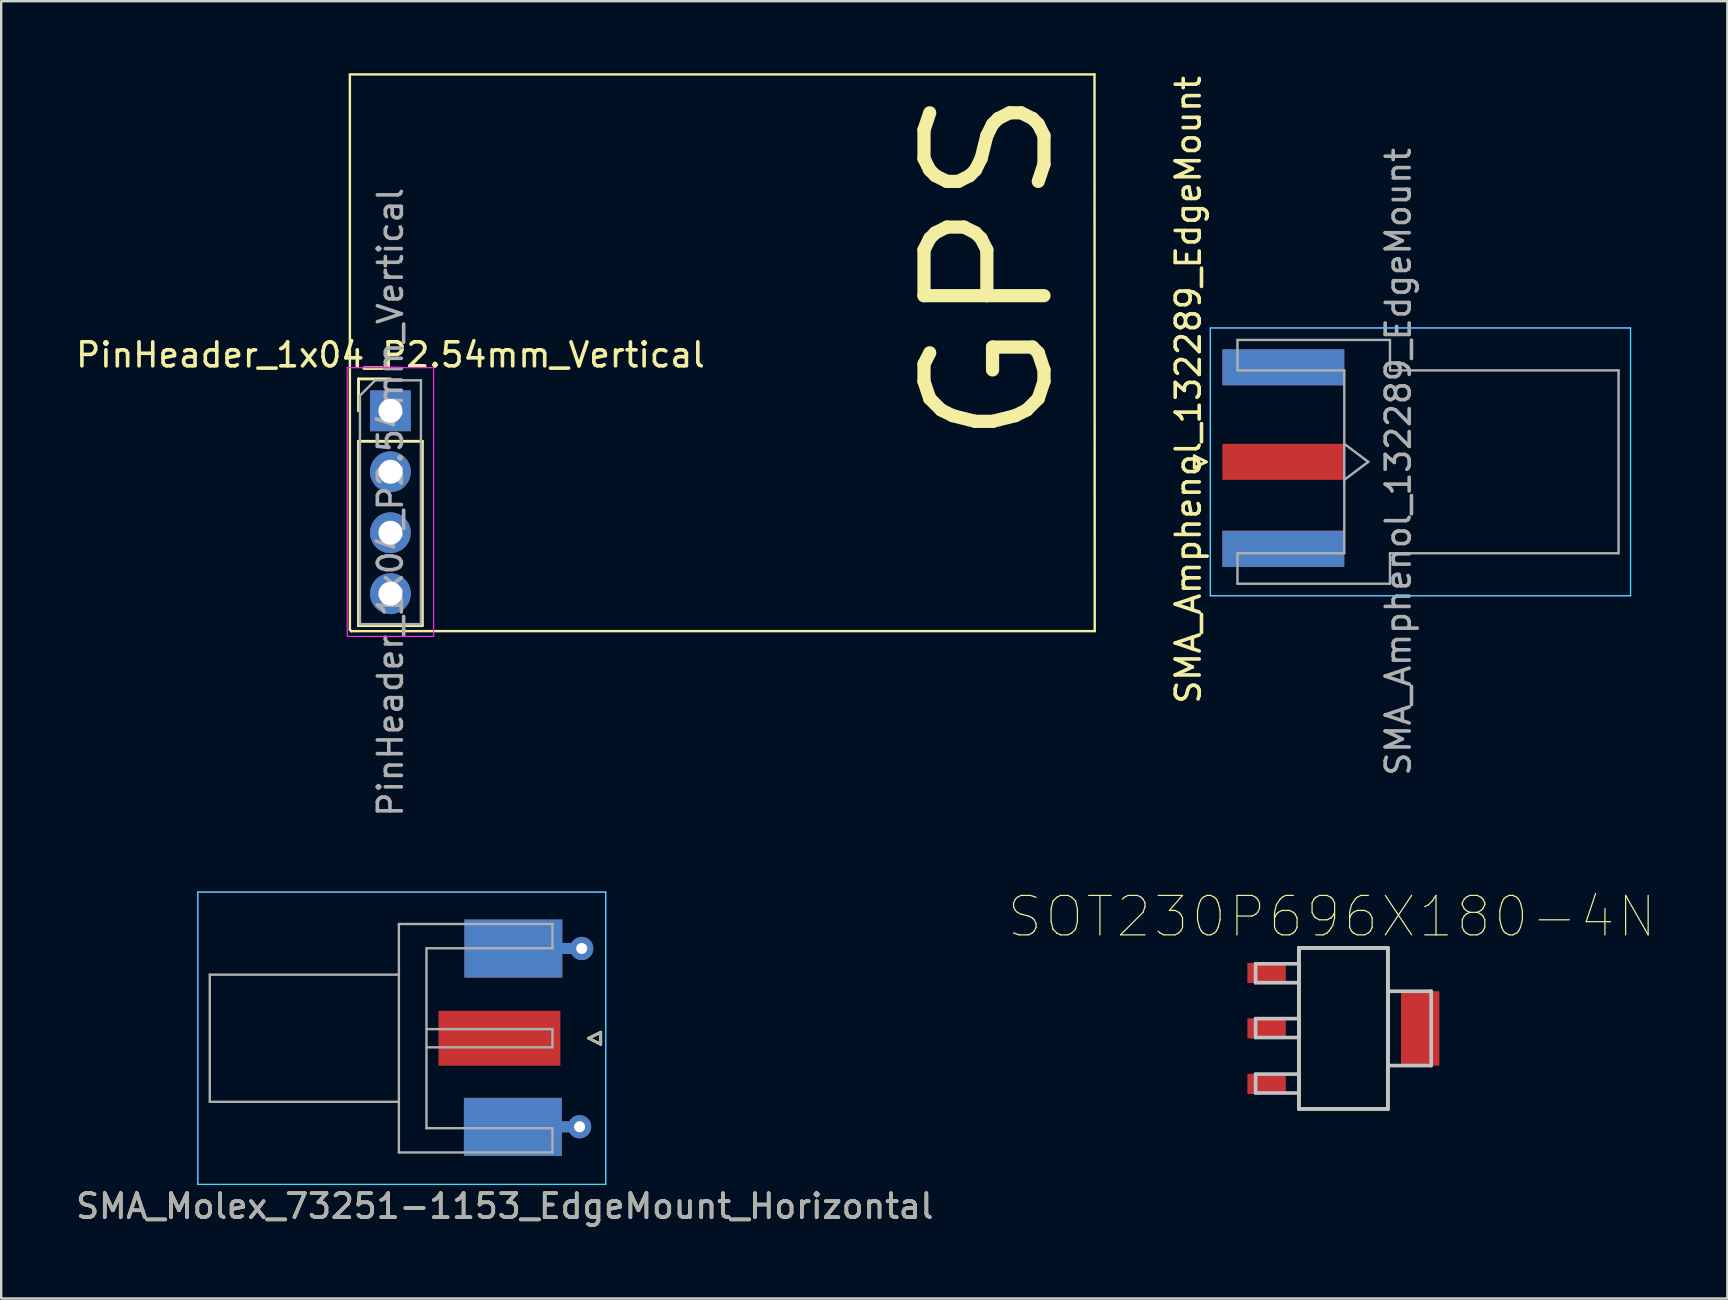
<source format=kicad_pcb>
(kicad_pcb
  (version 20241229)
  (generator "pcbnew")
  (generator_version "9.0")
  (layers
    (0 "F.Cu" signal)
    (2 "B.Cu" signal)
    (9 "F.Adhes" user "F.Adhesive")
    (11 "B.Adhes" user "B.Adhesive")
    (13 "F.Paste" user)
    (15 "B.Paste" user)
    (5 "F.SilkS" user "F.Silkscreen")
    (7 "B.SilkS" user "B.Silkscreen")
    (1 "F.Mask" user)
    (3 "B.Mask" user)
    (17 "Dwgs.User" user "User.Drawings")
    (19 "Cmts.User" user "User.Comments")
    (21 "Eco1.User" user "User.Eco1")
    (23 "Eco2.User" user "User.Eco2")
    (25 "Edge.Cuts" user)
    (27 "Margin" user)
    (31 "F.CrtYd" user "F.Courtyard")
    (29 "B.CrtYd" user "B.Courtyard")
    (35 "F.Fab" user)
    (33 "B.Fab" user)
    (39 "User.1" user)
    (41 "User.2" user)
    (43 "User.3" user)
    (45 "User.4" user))
  (footprint "PinHeader_1x04_P2.54mm_Vertical"
    (layer "F.Cu")
    (at 13.22 14.07)
    (property "Reference" "PinHeader_1x04_P2.54mm_Vertical" (at 0 -2.33 0) (layer "F.SilkS") (effects (font (size 1 1) (thickness 0.15))))
    (attr through_hole)
    (fp_line (start -1.69 -14.02) (end -1.69 9.12) (stroke (width 0.1) (type solid)) (layer "F.SilkS"))
    (fp_line (start -1.64 9.18) (end 29.35 9.18) (stroke (width 0.1) (type solid)) (layer "F.SilkS"))
    (fp_line (start -1.62 9.19) (end -1.69 9.12) (stroke (width 0.1) (type solid)) (layer "F.SilkS"))
    (fp_line (start -1.33 -1.33) (end 0 -1.33) (stroke (width 0.12) (type solid)) (layer "F.SilkS"))
    (fp_line (start -1.33 0) (end -1.33 -1.33) (stroke (width 0.12) (type solid)) (layer "F.SilkS"))
    (fp_line (start -1.33 1.27) (end -1.33 8.95) (stroke (width 0.12) (type solid)) (layer "F.SilkS"))
    (fp_line (start -1.33 1.27) (end 1.33 1.27) (stroke (width 0.12) (type solid)) (layer "F.SilkS"))
    (fp_line (start -1.33 8.95) (end 1.33 8.95) (stroke (width 0.12) (type solid)) (layer "F.SilkS"))
    (fp_line (start 1.33 1.27) (end 1.33 8.95) (stroke (width 0.12) (type solid)) (layer "F.SilkS"))
    (fp_line (start 29.34 -14.02) (end -1.69 -14.02) (stroke (width 0.1) (type solid)) (layer "F.SilkS"))
    (fp_line (start 29.35 9.18) (end 29.34 -14.02) (stroke (width 0.1) (type solid)) (layer "F.SilkS"))
    (fp_line (start -1.8 -1.8) (end -1.8 9.4) (stroke (width 0.05) (type solid)) (layer "F.CrtYd"))
    (fp_line (start -1.8 9.4) (end 1.8 9.4) (stroke (width 0.05) (type solid)) (layer "F.CrtYd"))
    (fp_line (start 1.8 -1.8) (end -1.8 -1.8) (stroke (width 0.05) (type solid)) (layer "F.CrtYd"))
    (fp_line (start 1.8 9.4) (end 1.8 -1.8) (stroke (width 0.05) (type solid)) (layer "F.CrtYd"))
    (fp_line (start -1.27 -0.635) (end -0.635 -1.27) (stroke (width 0.1) (type solid)) (layer "F.Fab"))
    (fp_line (start -1.27 8.89) (end -1.27 -0.635) (stroke (width 0.1) (type solid)) (layer "F.Fab"))
    (fp_line (start -0.635 -1.27) (end 1.27 -1.27) (stroke (width 0.1) (type solid)) (layer "F.Fab"))
    (fp_line (start 1.27 -1.27) (end 1.27 8.89) (stroke (width 0.1) (type solid)) (layer "F.Fab"))
    (fp_line (start 1.27 8.89) (end -1.27 8.89) (stroke (width 0.1) (type solid)) (layer "F.Fab"))
    (fp_text user "GPS" (at 24.95 -5.99 90) (layer "F.SilkS") (effects (font (size 5 5) (thickness 0.55))))
    (fp_text user "${REFERENCE}" (at 0 3.81 90) (layer "F.Fab") (effects (font (size 1 1) (thickness 0.15))))
    (pad "1" thru_hole rect (at 0 0) (size 1.7 1.7) (drill 1) (layers "*.Cu" "*.Mask"))
    (pad "2" thru_hole oval (at 0 2.54) (size 1.7 1.7) (drill 1) (layers "*.Cu" "*.Mask"))
    (pad "3" thru_hole oval (at 0 5.08) (size 1.7 1.7) (drill 1) (layers "*.Cu" "*.Mask"))
    (pad "4" thru_hole oval (at 0 7.62) (size 1.7 1.7) (drill 1) (layers "*.Cu" "*.Mask")))
  (footprint "SMA_Molex_73251-1153_EdgeMount_Horizontal"
    (layer "F.Cu")
    (at 19.482 40.215)
    (property "Reference" "SMA_Molex_73251-1153_EdgeMount_Horizontal" (at -1.5 7 0) (layer "F.SilkS") (effects (font (size 1 1) (thickness 0.15))))
    (attr smd)
    (fp_line (start 2 0) (end 2.5 -0.25) (stroke (width 0.12) (type solid)) (layer "F.SilkS"))
    (fp_line (start 2.5 -0.25) (end 2.5 0.25) (stroke (width 0.12) (type solid)) (layer "F.SilkS"))
    (fp_line (start 2.5 0.25) (end 2 0) (stroke (width 0.12) (type solid)) (layer "F.SilkS"))
    (fp_line (start -14.29 -6.09) (end -14.29 6.09) (stroke (width 0.05) (type solid)) (layer "B.CrtYd"))
    (fp_line (start -14.29 -6.09) (end 2.71 -6.09) (stroke (width 0.05) (type solid)) (layer "B.CrtYd"))
    (fp_line (start -14.29 6.09) (end 2.71 6.09) (stroke (width 0.05) (type solid)) (layer "B.CrtYd"))
    (fp_line (start 2.71 -6.09) (end 2.71 6.09) (stroke (width 0.05) (type solid)) (layer "B.CrtYd"))
    (fp_line (start -14.29 -6.09) (end -14.29 6.09) (stroke (width 0.05) (type solid)) (layer "F.CrtYd"))
    (fp_line (start -14.29 6.09) (end 2.71 6.09) (stroke (width 0.05) (type solid)) (layer "F.CrtYd"))
    (fp_line (start 2.71 -6.09) (end -14.29 -6.09) (stroke (width 0.05) (type solid)) (layer "F.CrtYd"))
    (fp_line (start 2.71 -6.09) (end 2.71 6.09) (stroke (width 0.05) (type solid)) (layer "F.CrtYd"))
    (fp_line (start -13.79 -2.65) (end -13.79 2.65) (stroke (width 0.1) (type solid)) (layer "F.Fab"))
    (fp_line (start -13.79 -2.65) (end -5.91 -2.65) (stroke (width 0.1) (type solid)) (layer "F.Fab"))
    (fp_line (start -13.79 2.65) (end -5.91 2.65) (stroke (width 0.1) (type solid)) (layer "F.Fab"))
    (fp_line (start -5.91 -4.76) (end -5.91 4.76) (stroke (width 0.1) (type solid)) (layer "F.Fab"))
    (fp_line (start -5.91 4.76) (end 0.49 4.76) (stroke (width 0.1) (type solid)) (layer "F.Fab"))
    (fp_line (start -4.76 -3.75) (end -4.76 3.75) (stroke (width 0.1) (type solid)) (layer "F.Fab"))
    (fp_line (start -4.76 -3.75) (end 0.49 -3.75) (stroke (width 0.1) (type solid)) (layer "F.Fab"))
    (fp_line (start -4.76 -0.38) (end 0.49 -0.38) (stroke (width 0.1) (type solid)) (layer "F.Fab"))
    (fp_line (start -4.76 0.38) (end 0.49 0.38) (stroke (width 0.1) (type solid)) (layer "F.Fab"))
    (fp_line (start -4.76 3.75) (end 0.49 3.75) (stroke (width 0.1) (type solid)) (layer "F.Fab"))
    (fp_line (start 0.49 -4.76) (end -5.91 -4.76) (stroke (width 0.1) (type solid)) (layer "F.Fab"))
    (fp_line (start 0.49 -4.76) (end 0.49 -3.75) (stroke (width 0.1) (type solid)) (layer "F.Fab"))
    (fp_line (start 0.49 -0.38) (end 0.49 0.38) (stroke (width 0.1) (type solid)) (layer "F.Fab"))
    (fp_line (start 0.49 3.75) (end 0.49 4.76) (stroke (width 0.1) (type solid)) (layer "F.Fab"))
    (fp_line (start 2 0) (end 2.5 0.25) (stroke (width 0.1) (type solid)) (layer "F.Fab"))
    (fp_line (start 2.5 -0.25) (end 2 0) (stroke (width 0.1) (type solid)) (layer "F.Fab"))
    (fp_line (start 2.5 0.25) (end 2.5 -0.25) (stroke (width 0.1) (type solid)) (layer "F.Fab"))
    (fp_text user "${REFERENCE}" (at -1.5 7 0) (layer "F.Fab") (effects (font (size 1 1) (thickness 0.15))))
    (pad "1" smd rect (at -1.72 0) (size 5.08 2.29) (layers "F.Cu" "F.Mask" "F.Paste"))
    (pad "2" smd rect (at -1.16 3.69) (size 4.08 2.42) (layers "F.Cu" "F.Mask" "F.Paste"))
    (pad "2" smd rect (at -1.16 3.7) (size 4.08 2.42) (layers "B.Cu" "B.Mask" "B.Paste"))
    (pad "2" smd rect (at -1.14 -3.74) (size 4.08 2.42) (layers "B.Cu" "B.Mask" "B.Paste"))
    (pad "2" smd rect (at -1.14 -3.73) (size 4.08 2.42) (layers "F.Cu" "F.Mask" "F.Paste"))
    (pad "2" smd rect (at 1.17 3.69) (size 0.95 0.46) (layers "F.Cu"))
    (pad "2" smd rect (at 1.17 3.69) (size 0.95 0.46) (layers "B.Cu"))
    (pad "2" smd rect (at 1.26 -3.74) (size 0.95 0.46) (layers "F.Cu"))
    (pad "2" smd rect (at 1.26 -3.74) (size 0.95 0.46) (layers "B.Cu"))
    (pad "2" thru_hole circle (at 1.62 3.69) (size 0.97 0.97) (drill 0.46) (layers "*.Cu"))
    (pad "2" thru_hole circle (at 1.71 -3.74) (size 0.97 0.97) (drill 0.46) (layers "*.Cu")))
  (footprint "SOT230P696X180-4N"
    (layer "F.Cu")
    (at 52.931 39.805)
    (property "Reference" "SOT230P696X180-4N" (at -0.483 -4.656 0) (layer "F.SilkS") (effects (font (size 1.643 1.643) (thickness 0.05))))
    (attr smd)
    (fp_line (start -1.854 -3.353) (end -1.854 3.353) (stroke (width 0.152) (type solid)) (layer "F.SilkS"))
    (fp_line (start -1.854 3.353) (end 1.854 3.353) (stroke (width 0.152) (type solid)) (layer "F.SilkS"))
    (fp_line (start 1.854 -3.353) (end -1.854 -3.353) (stroke (width 0.152) (type solid)) (layer "F.SilkS"))
    (fp_line (start 1.854 3.353) (end 1.854 -3.353) (stroke (width 0.152) (type solid)) (layer "F.SilkS"))
    (fp_line (start -3.658 -2.692) (end -3.658 -1.905) (stroke (width 0.152) (type solid)) (layer "Dwgs.User"))
    (fp_line (start -3.658 -1.905) (end -1.854 -1.905) (stroke (width 0.152) (type solid)) (layer "Dwgs.User"))
    (fp_line (start -3.658 -0.406) (end -3.658 0.381) (stroke (width 0.152) (type solid)) (layer "Dwgs.User"))
    (fp_line (start -3.658 0.381) (end -1.854 0.381) (stroke (width 0.152) (type solid)) (layer "Dwgs.User"))
    (fp_line (start -3.658 1.905) (end -3.658 2.692) (stroke (width 0.152) (type solid)) (layer "Dwgs.User"))
    (fp_line (start -3.658 2.692) (end -1.854 2.692) (stroke (width 0.152) (type solid)) (layer "Dwgs.User"))
    (fp_line (start -1.854 -3.353) (end -1.854 3.353) (stroke (width 0.152) (type solid)) (layer "Dwgs.User"))
    (fp_line (start -1.854 -2.692) (end -3.658 -2.692) (stroke (width 0.152) (type solid)) (layer "Dwgs.User"))
    (fp_line (start -1.854 -1.905) (end -1.854 -2.692) (stroke (width 0.152) (type solid)) (layer "Dwgs.User"))
    (fp_line (start -1.854 -0.406) (end -3.658 -0.406) (stroke (width 0.152) (type solid)) (layer "Dwgs.User"))
    (fp_line (start -1.854 0.381) (end -1.854 -0.406) (stroke (width 0.152) (type solid)) (layer "Dwgs.User"))
    (fp_line (start -1.854 1.905) (end -3.658 1.905) (stroke (width 0.152) (type solid)) (layer "Dwgs.User"))
    (fp_line (start -1.854 2.692) (end -1.854 1.905) (stroke (width 0.152) (type solid)) (layer "Dwgs.User"))
    (fp_line (start -1.854 3.353) (end 1.854 3.353) (stroke (width 0.152) (type solid)) (layer "Dwgs.User"))
    (fp_line (start 1.854 -3.353) (end -1.854 -3.353) (stroke (width 0.152) (type solid)) (layer "Dwgs.User"))
    (fp_line (start 1.854 -1.549) (end 1.854 1.549) (stroke (width 0.152) (type solid)) (layer "Dwgs.User"))
    (fp_line (start 1.854 1.549) (end 3.658 1.549) (stroke (width 0.152) (type solid)) (layer "Dwgs.User"))
    (fp_line (start 1.854 3.353) (end 1.854 -3.353) (stroke (width 0.152) (type solid)) (layer "Dwgs.User"))
    (fp_line (start 3.658 -1.549) (end 1.854 -1.549) (stroke (width 0.152) (type solid)) (layer "Dwgs.User"))
    (fp_line (start 3.658 1.549) (end 3.658 -1.549) (stroke (width 0.152) (type solid)) (layer "Dwgs.User"))
    (pad "1" smd rect (at -3.2 -2.311) (size 1.6 0.838) (layers "F.Cu" "F.Mask" "F.Paste"))
    (pad "2" smd rect (at -3.2 0) (size 1.6 0.838) (layers "F.Cu" "F.Mask" "F.Paste"))
    (pad "3" smd rect (at -3.2 2.311) (size 1.6 0.838) (layers "F.Cu" "F.Mask" "F.Paste"))
    (pad "4" smd rect (at 3.2 0) (size 1.6 3.099) (layers "F.Cu" "F.Mask" "F.Paste")))
  (footprint "SMA_Amphenol_132289_EdgeMount"
    (layer "F.Cu")
    (at 50.428 16.196)
    (property "Reference" "SMA_Amphenol_132289_EdgeMount" (at -3.96 -3 90) (layer "F.SilkS") (effects (font (size 1 1) (thickness 0.15))))
    (attr smd)
    (fp_line (start -3.71 -0.25) (end -3.71 0.25) (stroke (width 0.12) (type solid)) (layer "F.SilkS"))
    (fp_line (start -3.71 0.25) (end -3.21 0) (stroke (width 0.12) (type solid)) (layer "F.SilkS"))
    (fp_line (start -3.21 0) (end -3.71 -0.25) (stroke (width 0.12) (type solid)) (layer "F.SilkS"))
    (fp_line (start -3.04 5.58) (end -3.04 -5.58) (stroke (width 0.05) (type solid)) (layer "B.CrtYd"))
    (fp_line (start 14.47 -5.58) (end -3.04 -5.58) (stroke (width 0.05) (type solid)) (layer "B.CrtYd"))
    (fp_line (start 14.47 -5.58) (end 14.47 5.58) (stroke (width 0.05) (type solid)) (layer "B.CrtYd"))
    (fp_line (start 14.47 5.58) (end -3.04 5.58) (stroke (width 0.05) (type solid)) (layer "B.CrtYd"))
    (fp_line (start -3.04 5.58) (end -3.04 -5.58) (stroke (width 0.05) (type solid)) (layer "F.CrtYd"))
    (fp_line (start 14.47 -5.58) (end -3.04 -5.58) (stroke (width 0.05) (type solid)) (layer "F.CrtYd"))
    (fp_line (start 14.47 -5.58) (end 14.47 5.58) (stroke (width 0.05) (type solid)) (layer "F.CrtYd"))
    (fp_line (start 14.47 5.58) (end -3.04 5.58) (stroke (width 0.05) (type solid)) (layer "F.CrtYd"))
    (fp_line (start -1.91 -5.08) (end -1.91 -3.81) (stroke (width 0.1) (type solid)) (layer "F.Fab"))
    (fp_line (start -1.91 -5.08) (end 4.445 -5.08) (stroke (width 0.1) (type solid)) (layer "F.Fab"))
    (fp_line (start -1.91 -3.81) (end 2.54 -3.81) (stroke (width 0.1) (type solid)) (layer "F.Fab"))
    (fp_line (start -1.91 3.81) (end -1.91 5.08) (stroke (width 0.1) (type solid)) (layer "F.Fab"))
    (fp_line (start -1.91 5.08) (end 4.445 5.08) (stroke (width 0.1) (type solid)) (layer "F.Fab"))
    (fp_line (start 2.54 -3.81) (end 2.54 3.81) (stroke (width 0.1) (type solid)) (layer "F.Fab"))
    (fp_line (start 2.54 -0.75) (end 3.54 0) (stroke (width 0.1) (type solid)) (layer "F.Fab"))
    (fp_line (start 2.54 3.81) (end -1.91 3.81) (stroke (width 0.1) (type solid)) (layer "F.Fab"))
    (fp_line (start 3.54 0) (end 2.54 0.75) (stroke (width 0.1) (type solid)) (layer "F.Fab"))
    (fp_line (start 4.445 -3.81) (end 4.445 -5.08) (stroke (width 0.1) (type solid)) (layer "F.Fab"))
    (fp_line (start 4.445 -3.81) (end 13.97 -3.81) (stroke (width 0.1) (type solid)) (layer "F.Fab"))
    (fp_line (start 4.445 5.08) (end 4.445 3.81) (stroke (width 0.1) (type solid)) (layer "F.Fab"))
    (fp_line (start 13.97 -3.81) (end 13.97 3.81) (stroke (width 0.1) (type solid)) (layer "F.Fab"))
    (fp_line (start 13.97 3.81) (end 4.445 3.81) (stroke (width 0.1) (type solid)) (layer "F.Fab"))
    (fp_text user "${REFERENCE}" (at 4.79 0 270) (layer "F.Fab") (effects (font (size 1 1) (thickness 0.15))))
    (pad "1" smd rect (at 0 0 90) (size 1.5 5.08) (layers "F.Cu" "F.Mask" "F.Paste"))
    (pad "2" smd rect (at 0 -3.94 90) (size 1.5 5.08) (layers "F.Cu" "F.Mask" "F.Paste"))
    (pad "2" smd rect (at 0 -3.94 90) (size 1.5 5.08) (layers "B.Cu" "B.Mask" "B.Paste"))
    (pad "2" smd rect (at 0 3.61 90) (size 1.5 5.08) (layers "F.Cu" "F.Mask" "F.Paste"))
    (pad "2" smd rect (at 0 3.63 90) (size 1.5 5.08) (layers "B.Cu" "B.Mask" "B.Paste")))
  (gr_rect
    (start -3 -3)
    (end 68.932 51.063)
    (stroke (width 0.1) (type default))
    (fill no)
    (layer "Edge.Cuts")))
</source>
